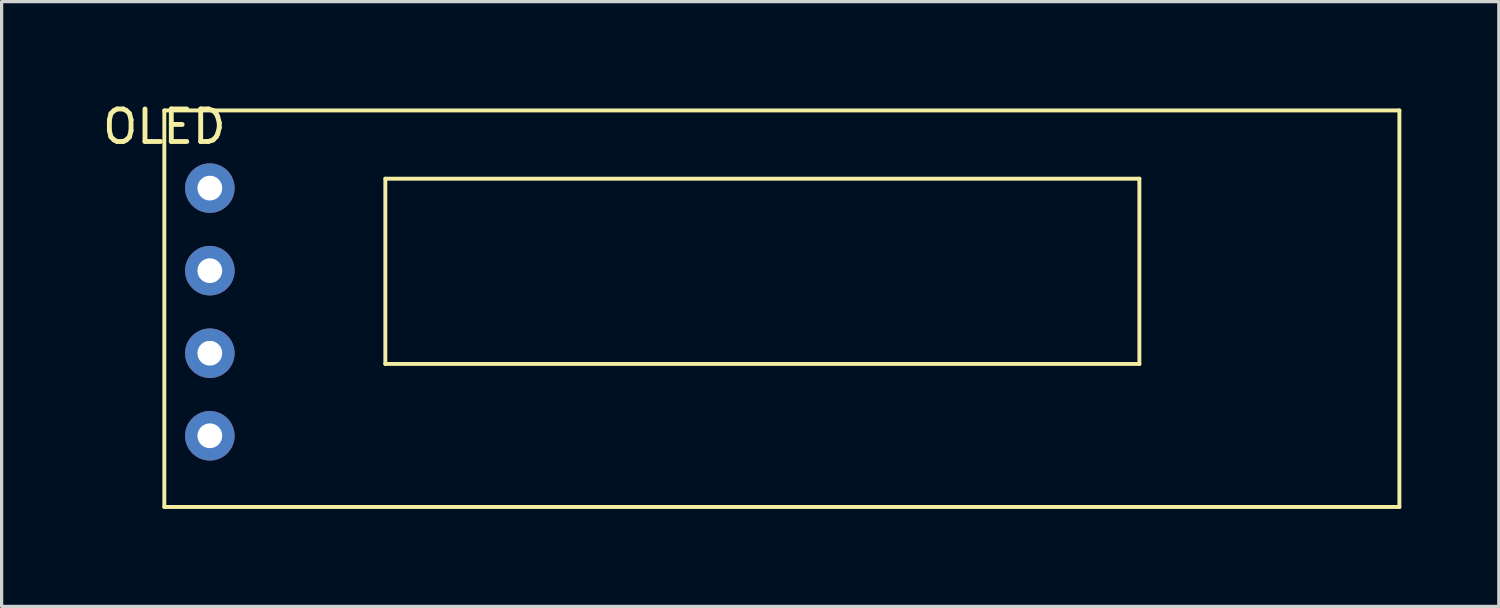
<source format=kicad_pcb>
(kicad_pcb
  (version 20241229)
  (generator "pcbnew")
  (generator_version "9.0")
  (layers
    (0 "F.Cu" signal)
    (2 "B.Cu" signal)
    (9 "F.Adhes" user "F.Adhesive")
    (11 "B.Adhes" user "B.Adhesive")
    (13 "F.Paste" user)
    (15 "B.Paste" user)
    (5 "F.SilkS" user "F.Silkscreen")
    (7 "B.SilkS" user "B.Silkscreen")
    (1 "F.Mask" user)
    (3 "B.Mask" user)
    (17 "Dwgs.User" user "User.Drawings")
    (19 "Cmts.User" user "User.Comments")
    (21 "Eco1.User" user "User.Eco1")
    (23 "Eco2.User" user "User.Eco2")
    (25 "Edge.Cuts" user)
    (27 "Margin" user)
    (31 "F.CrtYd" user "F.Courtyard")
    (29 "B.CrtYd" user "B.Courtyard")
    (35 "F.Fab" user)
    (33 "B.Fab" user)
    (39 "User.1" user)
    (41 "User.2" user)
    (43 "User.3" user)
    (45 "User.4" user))
  (footprint "OLED"
    (layer "F.Cu")
    (at 2.006 0.348)
    (property "Reference" "OLED" (at 0 0.5 0) (layer "F.SilkS") (effects (font (size 1 1) (thickness 0.15))))
    (attr through_hole)
    (fp_line (start 0 0) (end 38 0) (stroke (width 0.12) (type solid)) (layer "F.SilkS"))
    (fp_line (start 0 12.2) (end 0 0) (stroke (width 0.12) (type solid)) (layer "F.SilkS"))
    (fp_line (start 6.8 2.1) (end 30 2.1) (stroke (width 0.12) (type solid)) (layer "F.SilkS"))
    (fp_line (start 6.8 7.8) (end 6.8 2.1) (stroke (width 0.12) (type solid)) (layer "F.SilkS"))
    (fp_line (start 30 2.1) (end 30 7.8) (stroke (width 0.12) (type solid)) (layer "F.SilkS"))
    (fp_line (start 30 7.8) (end 6.8 7.8) (stroke (width 0.12) (type solid)) (layer "F.SilkS"))
    (fp_line (start 38 0) (end 38 12.2) (stroke (width 0.12) (type solid)) (layer "F.SilkS"))
    (fp_line (start 38 12.2) (end 0 12.2) (stroke (width 0.12) (type solid)) (layer "F.SilkS"))
    (pad "1" thru_hole circle (at 1.4 2.39) (size 1.524 1.524) (drill 0.762) (layers "*.Cu" "*.Mask"))
    (pad "2" thru_hole circle (at 1.4 4.93) (size 1.524 1.524) (drill 0.762) (layers "*.Cu" "*.Mask"))
    (pad "3" thru_hole circle (at 1.4 7.47) (size 1.524 1.524) (drill 0.762) (layers "*.Cu" "*.Mask"))
    (pad "4" thru_hole circle (at 1.4 10.01) (size 1.524 1.524) (drill 0.762) (layers "*.Cu" "*.Mask")))
  (gr_rect
    (start -3 -3)
    (end 43.066 15.608)
    (stroke (width 0.1) (type default))
    (fill no)
    (layer "Edge.Cuts")))
</source>
